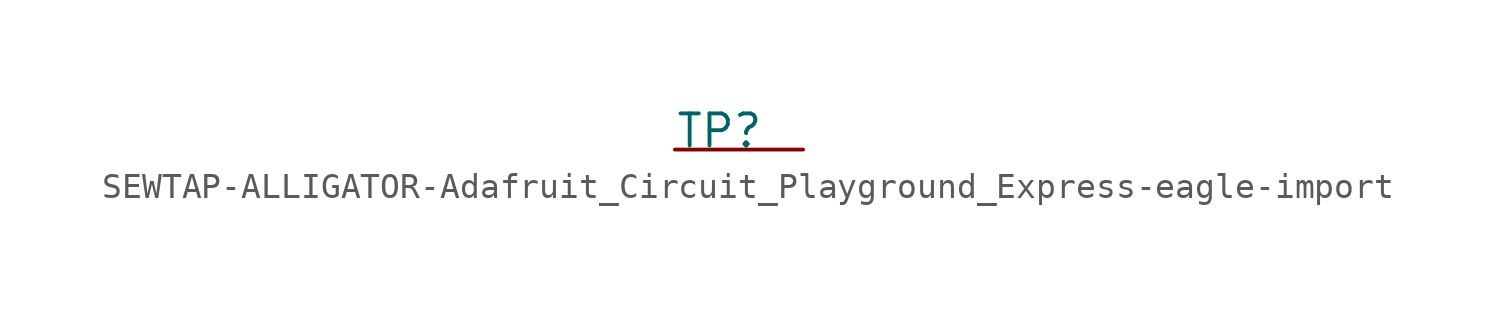
<source format=kicad_sym>
(kicad_symbol_lib
  (version 20220914)
  (generator kicad_symbol_editor)
  (symbol "SEWTAP-ALLIGATOR-Adafruit_Circuit_Playground_Express-eagle-import"
    (pin_names
      (offset 1.016))
    (property "Reference" "TP"
      (at 0 0 0)
      (effects (font (size 1.27 1.27)) (justify left bottom)))
    (property "ki_locked" ""
      (at 0 0 0)
      (effects (font (size 1.27 1.27))))
    (symbol "SEWTAP-ALLIGATOR-Adafruit_Circuit_Playground_Express-eagle-import_1_0"
      (pin unspecified line (at 0 0 0) (length 5.08) (name "SEW" (effects (font (size 0 0)))) (number "P$1" (effects (font (size 0 0))))))))
</source>
